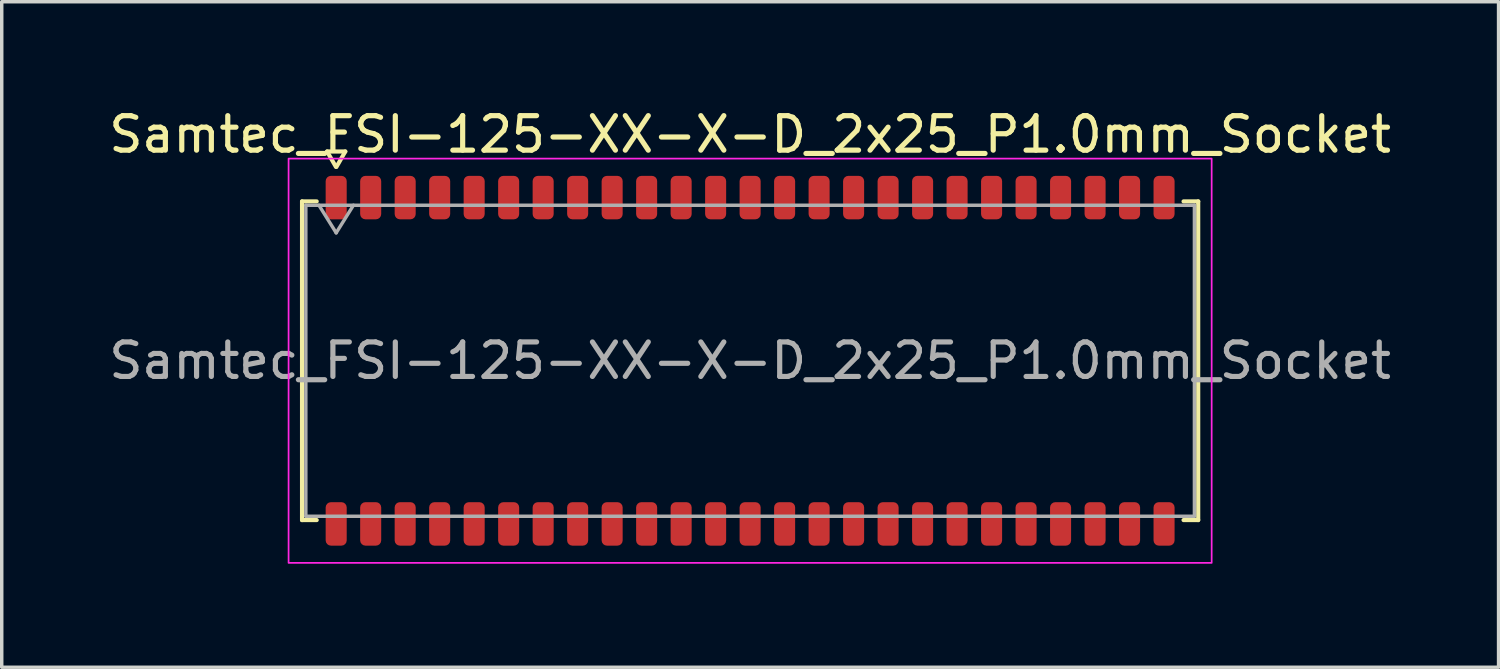
<source format=kicad_pcb>
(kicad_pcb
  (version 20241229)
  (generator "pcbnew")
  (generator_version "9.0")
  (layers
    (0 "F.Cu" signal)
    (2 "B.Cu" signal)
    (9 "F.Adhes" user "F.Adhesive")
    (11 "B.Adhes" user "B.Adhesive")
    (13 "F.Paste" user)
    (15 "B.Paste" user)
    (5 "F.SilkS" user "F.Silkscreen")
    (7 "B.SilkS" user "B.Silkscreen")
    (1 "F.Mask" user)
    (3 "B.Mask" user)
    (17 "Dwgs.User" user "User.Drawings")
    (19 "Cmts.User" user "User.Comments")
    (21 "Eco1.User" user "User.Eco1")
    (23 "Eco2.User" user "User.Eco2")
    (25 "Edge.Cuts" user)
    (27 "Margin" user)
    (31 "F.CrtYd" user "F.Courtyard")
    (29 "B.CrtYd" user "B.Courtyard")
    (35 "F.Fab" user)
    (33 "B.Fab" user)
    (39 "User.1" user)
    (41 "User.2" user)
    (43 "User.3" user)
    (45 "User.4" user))
  (footprint "Samtec_FSI-125-XX-X-D_2x25_P1.0mm_Socket"
    (layer "F.Cu")
    (at 18.696 7.408)
    (property "Reference" "Samtec_FSI-125-XX-X-D_2x25_P1.0mm_Socket" (at 0 -6.56 0) (layer "F.SilkS") (effects (font (size 1 1) (thickness 0.15))))
    (attr smd)
    (fp_line (start -12.99 -4.619) (end -12.565 -4.619) (stroke (width 0.12) (type solid)) (layer "F.SilkS"))
    (fp_line (start -12.99 4.619) (end -12.99 -4.619) (stroke (width 0.12) (type solid)) (layer "F.SilkS"))
    (fp_line (start -12.565 4.619) (end -12.99 4.619) (stroke (width 0.12) (type solid)) (layer "F.SilkS"))
    (fp_line (start -12.264 -6.066) (end -12.007 -5.62) (stroke (width 0.12) (type solid)) (layer "F.SilkS"))
    (fp_line (start -11.993 -5.62) (end -11.736 -6.066) (stroke (width 0.12) (type solid)) (layer "F.SilkS"))
    (fp_line (start -11.736 -6.066) (end -12.264 -6.066) (stroke (width 0.12) (type solid)) (layer "F.SilkS"))
    (fp_line (start 12.565 -4.619) (end 12.99 -4.619) (stroke (width 0.12) (type solid)) (layer "F.SilkS"))
    (fp_line (start 12.99 -4.619) (end 12.99 4.619) (stroke (width 0.12) (type solid)) (layer "F.SilkS"))
    (fp_line (start 12.99 4.619) (end 12.565 4.619) (stroke (width 0.12) (type solid)) (layer "F.SilkS"))
    (fp_rect (start -13.38 -5.86) (end 13.38 5.86) (stroke (width 0.05) (type solid)) (fill no) (layer "F.CrtYd"))
    (fp_line (start -12.88 -4.508) (end 12.88 -4.508) (stroke (width 0.1) (type solid)) (layer "F.Fab"))
    (fp_line (start -12.88 4.508) (end -12.88 -4.508) (stroke (width 0.1) (type solid)) (layer "F.Fab"))
    (fp_line (start -12.5 -4.508) (end -12 -3.708) (stroke (width 0.1) (type solid)) (layer "F.Fab"))
    (fp_line (start -12 -3.708) (end -11.5 -4.508) (stroke (width 0.1) (type solid)) (layer "F.Fab"))
    (fp_line (start 12.88 -4.508) (end 12.88 4.508) (stroke (width 0.1) (type solid)) (layer "F.Fab"))
    (fp_line (start 12.88 4.508) (end -12.88 4.508) (stroke (width 0.1) (type solid)) (layer "F.Fab"))
    (fp_text user "${REFERENCE}" (at 0 0 0) (layer "F.Fab") (effects (font (size 1 1) (thickness 0.15))))
    (pad "1" smd roundrect (at -12 -4.73) (size 0.61 1.26) (layers "F.Cu" "F.Mask" "F.Paste") (roundrect_rratio 0.25))
    (pad "2" smd roundrect (at -12 4.73) (size 0.61 1.26) (layers "F.Cu" "F.Mask" "F.Paste") (roundrect_rratio 0.25))
    (pad "3" smd roundrect (at -11 -4.73) (size 0.61 1.26) (layers "F.Cu" "F.Mask" "F.Paste") (roundrect_rratio 0.25))
    (pad "4" smd roundrect (at -11 4.73) (size 0.61 1.26) (layers "F.Cu" "F.Mask" "F.Paste") (roundrect_rratio 0.25))
    (pad "5" smd roundrect (at -10 -4.73) (size 0.61 1.26) (layers "F.Cu" "F.Mask" "F.Paste") (roundrect_rratio 0.25))
    (pad "6" smd roundrect (at -10 4.73) (size 0.61 1.26) (layers "F.Cu" "F.Mask" "F.Paste") (roundrect_rratio 0.25))
    (pad "7" smd roundrect (at -9 -4.73) (size 0.61 1.26) (layers "F.Cu" "F.Mask" "F.Paste") (roundrect_rratio 0.25))
    (pad "8" smd roundrect (at -9 4.73) (size 0.61 1.26) (layers "F.Cu" "F.Mask" "F.Paste") (roundrect_rratio 0.25))
    (pad "9" smd roundrect (at -8 -4.73) (size 0.61 1.26) (layers "F.Cu" "F.Mask" "F.Paste") (roundrect_rratio 0.25))
    (pad "10" smd roundrect (at -8 4.73) (size 0.61 1.26) (layers "F.Cu" "F.Mask" "F.Paste") (roundrect_rratio 0.25))
    (pad "11" smd roundrect (at -7 -4.73) (size 0.61 1.26) (layers "F.Cu" "F.Mask" "F.Paste") (roundrect_rratio 0.25))
    (pad "12" smd roundrect (at -7 4.73) (size 0.61 1.26) (layers "F.Cu" "F.Mask" "F.Paste") (roundrect_rratio 0.25))
    (pad "13" smd roundrect (at -6 -4.73) (size 0.61 1.26) (layers "F.Cu" "F.Mask" "F.Paste") (roundrect_rratio 0.25))
    (pad "14" smd roundrect (at -6 4.73) (size 0.61 1.26) (layers "F.Cu" "F.Mask" "F.Paste") (roundrect_rratio 0.25))
    (pad "15" smd roundrect (at -5 -4.73) (size 0.61 1.26) (layers "F.Cu" "F.Mask" "F.Paste") (roundrect_rratio 0.25))
    (pad "16" smd roundrect (at -5 4.73) (size 0.61 1.26) (layers "F.Cu" "F.Mask" "F.Paste") (roundrect_rratio 0.25))
    (pad "17" smd roundrect (at -4 -4.73) (size 0.61 1.26) (layers "F.Cu" "F.Mask" "F.Paste") (roundrect_rratio 0.25))
    (pad "18" smd roundrect (at -4 4.73) (size 0.61 1.26) (layers "F.Cu" "F.Mask" "F.Paste") (roundrect_rratio 0.25))
    (pad "19" smd roundrect (at -3 -4.73) (size 0.61 1.26) (layers "F.Cu" "F.Mask" "F.Paste") (roundrect_rratio 0.25))
    (pad "20" smd roundrect (at -3 4.73) (size 0.61 1.26) (layers "F.Cu" "F.Mask" "F.Paste") (roundrect_rratio 0.25))
    (pad "21" smd roundrect (at -2 -4.73) (size 0.61 1.26) (layers "F.Cu" "F.Mask" "F.Paste") (roundrect_rratio 0.25))
    (pad "22" smd roundrect (at -2 4.73) (size 0.61 1.26) (layers "F.Cu" "F.Mask" "F.Paste") (roundrect_rratio 0.25))
    (pad "23" smd roundrect (at -1 -4.73) (size 0.61 1.26) (layers "F.Cu" "F.Mask" "F.Paste") (roundrect_rratio 0.25))
    (pad "24" smd roundrect (at -1 4.73) (size 0.61 1.26) (layers "F.Cu" "F.Mask" "F.Paste") (roundrect_rratio 0.25))
    (pad "25" smd roundrect (at 0 -4.73) (size 0.61 1.26) (layers "F.Cu" "F.Mask" "F.Paste") (roundrect_rratio 0.25))
    (pad "26" smd roundrect (at 0 4.73) (size 0.61 1.26) (layers "F.Cu" "F.Mask" "F.Paste") (roundrect_rratio 0.25))
    (pad "27" smd roundrect (at 1 -4.73) (size 0.61 1.26) (layers "F.Cu" "F.Mask" "F.Paste") (roundrect_rratio 0.25))
    (pad "28" smd roundrect (at 1 4.73) (size 0.61 1.26) (layers "F.Cu" "F.Mask" "F.Paste") (roundrect_rratio 0.25))
    (pad "29" smd roundrect (at 2 -4.73) (size 0.61 1.26) (layers "F.Cu" "F.Mask" "F.Paste") (roundrect_rratio 0.25))
    (pad "30" smd roundrect (at 2 4.73) (size 0.61 1.26) (layers "F.Cu" "F.Mask" "F.Paste") (roundrect_rratio 0.25))
    (pad "31" smd roundrect (at 3 -4.73) (size 0.61 1.26) (layers "F.Cu" "F.Mask" "F.Paste") (roundrect_rratio 0.25))
    (pad "32" smd roundrect (at 3 4.73) (size 0.61 1.26) (layers "F.Cu" "F.Mask" "F.Paste") (roundrect_rratio 0.25))
    (pad "33" smd roundrect (at 4 -4.73) (size 0.61 1.26) (layers "F.Cu" "F.Mask" "F.Paste") (roundrect_rratio 0.25))
    (pad "34" smd roundrect (at 4 4.73) (size 0.61 1.26) (layers "F.Cu" "F.Mask" "F.Paste") (roundrect_rratio 0.25))
    (pad "35" smd roundrect (at 5 -4.73) (size 0.61 1.26) (layers "F.Cu" "F.Mask" "F.Paste") (roundrect_rratio 0.25))
    (pad "36" smd roundrect (at 5 4.73) (size 0.61 1.26) (layers "F.Cu" "F.Mask" "F.Paste") (roundrect_rratio 0.25))
    (pad "37" smd roundrect (at 6 -4.73) (size 0.61 1.26) (layers "F.Cu" "F.Mask" "F.Paste") (roundrect_rratio 0.25))
    (pad "38" smd roundrect (at 6 4.73) (size 0.61 1.26) (layers "F.Cu" "F.Mask" "F.Paste") (roundrect_rratio 0.25))
    (pad "39" smd roundrect (at 7 -4.73) (size 0.61 1.26) (layers "F.Cu" "F.Mask" "F.Paste") (roundrect_rratio 0.25))
    (pad "40" smd roundrect (at 7 4.73) (size 0.61 1.26) (layers "F.Cu" "F.Mask" "F.Paste") (roundrect_rratio 0.25))
    (pad "41" smd roundrect (at 8 -4.73) (size 0.61 1.26) (layers "F.Cu" "F.Mask" "F.Paste") (roundrect_rratio 0.25))
    (pad "42" smd roundrect (at 8 4.73) (size 0.61 1.26) (layers "F.Cu" "F.Mask" "F.Paste") (roundrect_rratio 0.25))
    (pad "43" smd roundrect (at 9 -4.73) (size 0.61 1.26) (layers "F.Cu" "F.Mask" "F.Paste") (roundrect_rratio 0.25))
    (pad "44" smd roundrect (at 9 4.73) (size 0.61 1.26) (layers "F.Cu" "F.Mask" "F.Paste") (roundrect_rratio 0.25))
    (pad "45" smd roundrect (at 10 -4.73) (size 0.61 1.26) (layers "F.Cu" "F.Mask" "F.Paste") (roundrect_rratio 0.25))
    (pad "46" smd roundrect (at 10 4.73) (size 0.61 1.26) (layers "F.Cu" "F.Mask" "F.Paste") (roundrect_rratio 0.25))
    (pad "47" smd roundrect (at 11 -4.73) (size 0.61 1.26) (layers "F.Cu" "F.Mask" "F.Paste") (roundrect_rratio 0.25))
    (pad "48" smd roundrect (at 11 4.73) (size 0.61 1.26) (layers "F.Cu" "F.Mask" "F.Paste") (roundrect_rratio 0.25))
    (pad "49" smd roundrect (at 12 -4.73) (size 0.61 1.26) (layers "F.Cu" "F.Mask" "F.Paste") (roundrect_rratio 0.25))
    (pad "50" smd roundrect (at 12 4.73) (size 0.61 1.26) (layers "F.Cu" "F.Mask" "F.Paste") (roundrect_rratio 0.25)))
  (gr_rect
    (start -3 -3)
    (end 40.393 16.293)
    (stroke (width 0.1) (type default))
    (fill no)
    (layer "Edge.Cuts")))
</source>
